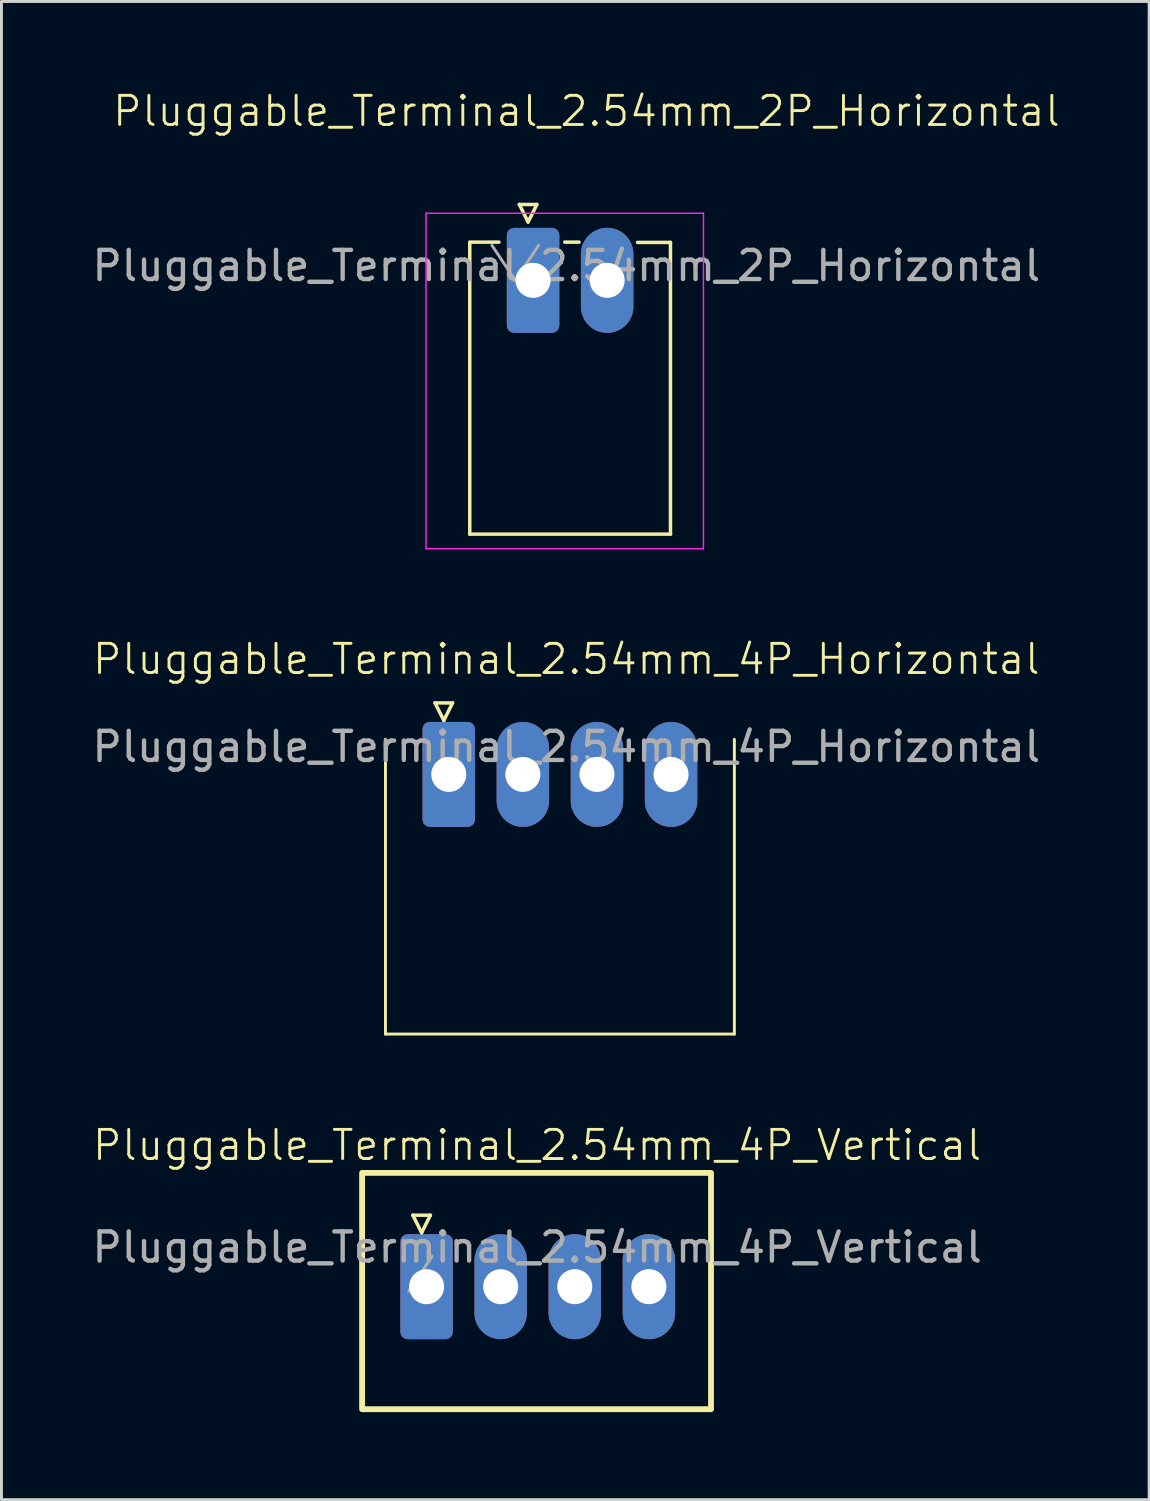
<source format=kicad_pcb>
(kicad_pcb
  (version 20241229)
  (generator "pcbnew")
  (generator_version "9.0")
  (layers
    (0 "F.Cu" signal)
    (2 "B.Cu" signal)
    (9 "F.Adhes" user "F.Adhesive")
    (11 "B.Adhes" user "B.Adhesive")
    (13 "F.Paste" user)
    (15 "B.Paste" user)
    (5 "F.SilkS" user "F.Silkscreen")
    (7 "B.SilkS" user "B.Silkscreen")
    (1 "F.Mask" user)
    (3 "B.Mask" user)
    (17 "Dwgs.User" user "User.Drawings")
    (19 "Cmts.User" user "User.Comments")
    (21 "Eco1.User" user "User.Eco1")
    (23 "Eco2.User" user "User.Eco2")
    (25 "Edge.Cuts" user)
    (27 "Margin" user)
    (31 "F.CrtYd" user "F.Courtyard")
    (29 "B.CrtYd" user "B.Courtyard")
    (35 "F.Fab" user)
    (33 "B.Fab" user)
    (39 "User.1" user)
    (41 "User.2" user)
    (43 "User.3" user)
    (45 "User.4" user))
  (footprint "Pluggable_Terminal_2.54mm_4P_Horizontal"
    (layer "F.Cu")
    (at 16.363 20.046)
    (property "Reference" "Pluggable_Terminal_2.54mm_4P_Horizontal" (at 0 -0.5 0) (unlocked yes) (layer "F.SilkS") (effects (font (size 1 1) (thickness 0.1))))
    (attr through_hole)
    (fp_line (start -6.2 2.25) (end -6.2 12.35) (stroke (width 0.1) (type default)) (layer "F.SilkS"))
    (fp_line (start -6.2 12.35) (end 5.76 12.35) (stroke (width 0.1) (type default)) (layer "F.SilkS"))
    (fp_line (start -4.5 1) (end -3.9 1) (stroke (width 0.12) (type solid)) (layer "F.SilkS"))
    (fp_line (start -4.2 1.6) (end -4.5 1) (stroke (width 0.12) (type solid)) (layer "F.SilkS"))
    (fp_line (start -3.9 1) (end -4.2 1.6) (stroke (width 0.12) (type solid)) (layer "F.SilkS"))
    (fp_line (start 5.76 2.25) (end 5.76 12.35) (stroke (width 0.1) (type default)) (layer "F.SilkS"))
    (fp_text user "${REFERENCE}" (at 0 2.5 0) (unlocked yes) (layer "F.Fab") (effects (font (size 1 1) (thickness 0.15))))
    (pad "1" thru_hole roundrect (at -4.03 3.45) (size 1.8 3.6) (drill 1.2) (layers "*.Cu" "*.Mask") (roundrect_rratio 0.139))
    (pad "2" thru_hole oval (at -1.49 3.45) (size 1.8 3.6) (drill 1.2) (layers "*.Cu" "*.Mask"))
    (pad "3" thru_hole oval (at 1.05 3.45) (size 1.8 3.6) (drill 1.2) (layers "*.Cu" "*.Mask"))
    (pad "4" thru_hole oval (at 3.59 3.45) (size 1.8 3.6) (drill 1.2) (layers "*.Cu" "*.Mask")))
  (footprint "Pluggable_Terminal_2.54mm_4P_Vertical"
    (layer "F.Cu")
    (at 15.363 37.206)
    (property "Reference" "Pluggable_Terminal_2.54mm_4P_Vertical" (at 0 -1 0) (unlocked yes) (layer "F.SilkS") (effects (font (size 1 1) (thickness 0.1))))
    (attr through_hole)
    (fp_line (start -4.26 1.4) (end -3.66 1.4) (stroke (width 0.12) (type solid)) (layer "F.SilkS"))
    (fp_line (start -3.96 2) (end -4.26 1.4) (stroke (width 0.12) (type solid)) (layer "F.SilkS"))
    (fp_line (start -3.66 1.4) (end -3.96 2) (stroke (width 0.12) (type solid)) (layer "F.SilkS"))
    (fp_rect (start -6 -0.05) (end 5.96 8.05) (stroke (width 0.2) (type default)) (fill no) (layer "F.SilkS"))
    (fp_line (start -3.6 2.8) (end -4.4 4) (stroke (width 0.1) (type solid)) (layer "F.Fab"))
    (fp_text user "${REFERENCE}" (at 0 2.5 0) (unlocked yes) (layer "F.Fab") (effects (font (size 1 1) (thickness 0.15))))
    (pad "1" thru_hole roundrect (at -3.79 3.85) (size 1.8 3.6) (drill 1.2) (layers "*.Cu" "*.Mask") (roundrect_rratio 0.139))
    (pad "2" thru_hole oval (at -1.25 3.85) (size 1.8 3.6) (drill 1.2) (layers "*.Cu" "*.Mask"))
    (pad "3" thru_hole oval (at 1.29 3.85) (size 1.8 3.6) (drill 1.2) (layers "*.Cu" "*.Mask"))
    (pad "4" thru_hole oval (at 3.83 3.85) (size 1.8 3.6) (drill 1.2) (layers "*.Cu" "*.Mask")))
  (footprint "Pluggable_Terminal_2.54mm_2P_Horizontal"
    (layer "F.Cu")
    (at 17.053 1.26)
    (property "Reference" "Pluggable_Terminal_2.54mm_2P_Horizontal" (at 0 -0.5 0) (unlocked yes) (layer "F.SilkS") (effects (font (size 1 1) (thickness 0.1))))
    (attr through_hole)
    (fp_line (start -4 3.99) (end -3 3.99) (stroke (width 0.12) (type solid)) (layer "F.SilkS"))
    (fp_line (start -4 4) (end -4 14) (stroke (width 0.12) (type solid)) (layer "F.SilkS"))
    (fp_line (start -4 14) (end 2.88 14) (stroke (width 0.12) (type solid)) (layer "F.SilkS"))
    (fp_line (start -2.3 2.7) (end -1.7 2.7) (stroke (width 0.12) (type solid)) (layer "F.SilkS"))
    (fp_line (start -2 3.3) (end -2.3 2.7) (stroke (width 0.12) (type solid)) (layer "F.SilkS"))
    (fp_line (start -1.7 2.7) (end -2 3.3) (stroke (width 0.12) (type solid)) (layer "F.SilkS"))
    (fp_line (start -0.745 3.99) (end -0.255 3.99) (stroke (width 0.12) (type solid)) (layer "F.SilkS"))
    (fp_line (start 2.88 4) (end 1.75 4) (stroke (width 0.12) (type solid)) (layer "F.SilkS"))
    (fp_line (start 2.88 14) (end 2.88 4) (stroke (width 0.12) (type solid)) (layer "F.SilkS"))
    (fp_line (start -5.5 3) (end -5.5 14.5) (stroke (width 0.05) (type solid)) (layer "F.CrtYd"))
    (fp_line (start -5.5 14.5) (end 4.01 14.5) (stroke (width 0.05) (type solid)) (layer "F.CrtYd"))
    (fp_line (start 4.01 3) (end -5.5 3) (stroke (width 0.05) (type solid)) (layer "F.CrtYd"))
    (fp_line (start 4.01 14.5) (end 4.01 3) (stroke (width 0.05) (type solid)) (layer "F.CrtYd"))
    (fp_line (start -2.44 5.3) (end -3.24 4.1) (stroke (width 0.1) (type solid)) (layer "F.Fab"))
    (fp_line (start -1.64 4.1) (end -2.44 5.3) (stroke (width 0.1) (type solid)) (layer "F.Fab"))
    (fp_text user "${REFERENCE}" (at -0.69 4.8 0) (layer "F.Fab") (effects (font (size 1 1) (thickness 0.15))))
    (pad "1" thru_hole roundrect (at -1.83 5.3) (size 1.8 3.6) (drill 1.2) (layers "*.Cu" "*.Mask") (roundrect_rratio 0.139))
    (pad "2" thru_hole oval (at 0.71 5.3) (size 1.8 3.6) (drill 1.2) (layers "*.Cu" "*.Mask")))
  (gr_rect
    (start -3 -3)
    (end 36.341 48.356)
    (stroke (width 0.1) (type default))
    (fill no)
    (layer "Edge.Cuts")))
</source>
